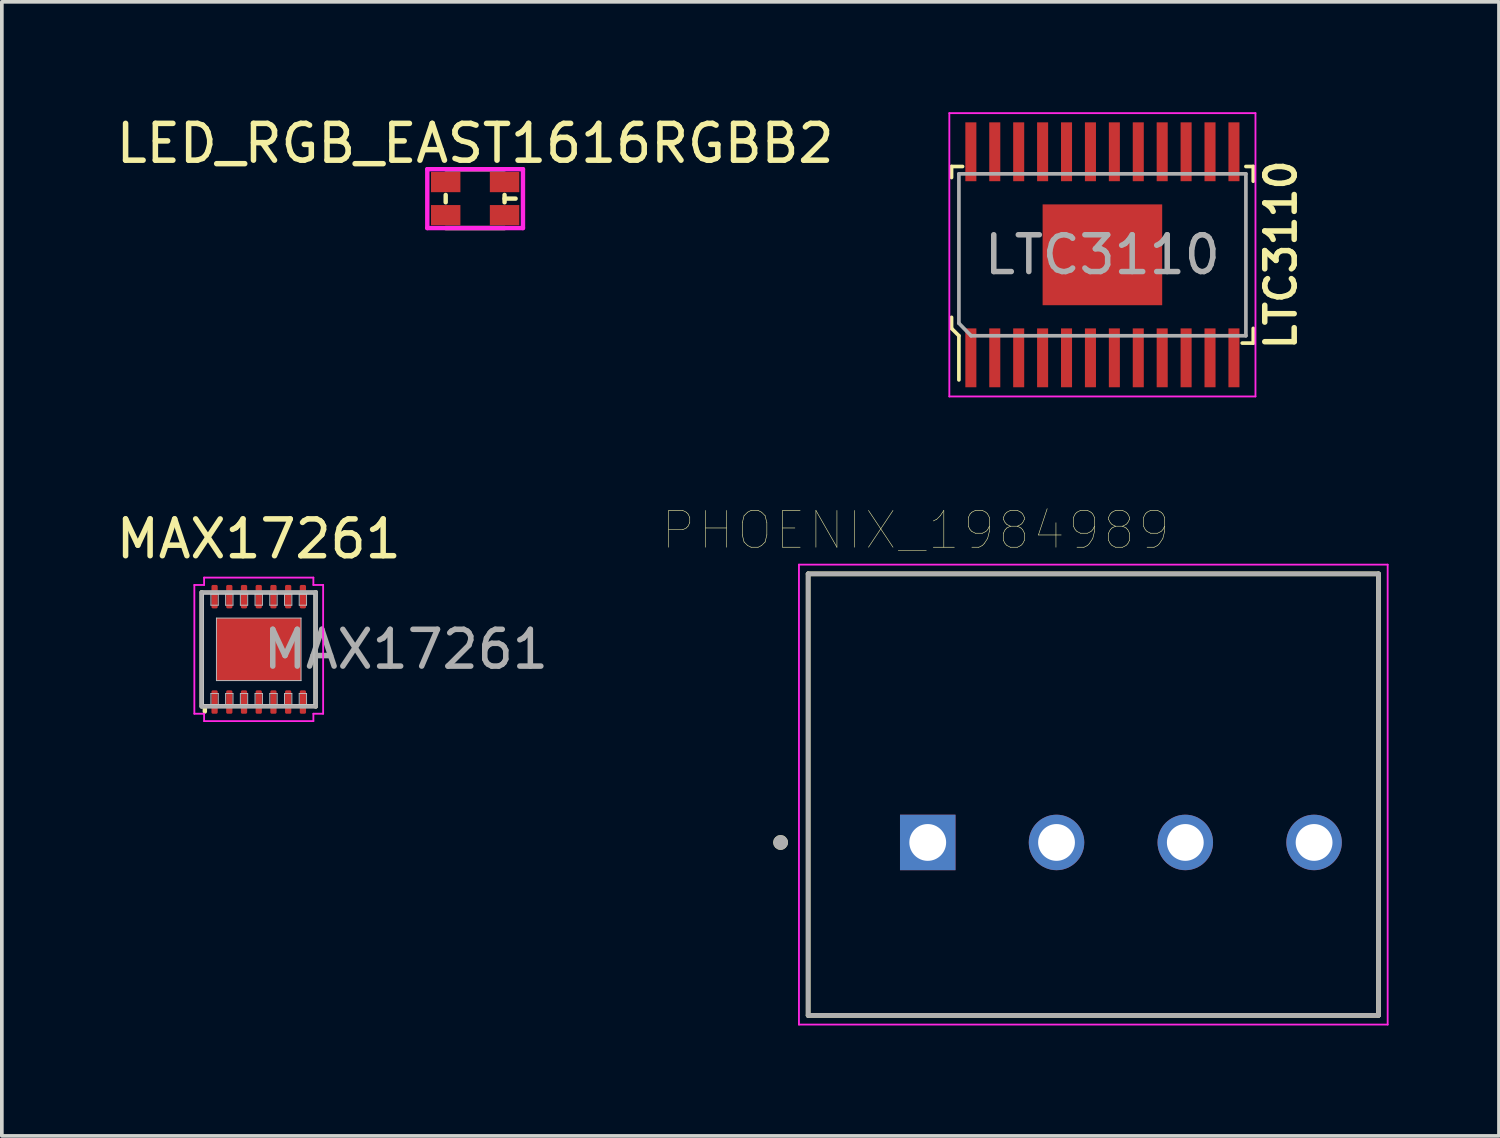
<source format=kicad_pcb>
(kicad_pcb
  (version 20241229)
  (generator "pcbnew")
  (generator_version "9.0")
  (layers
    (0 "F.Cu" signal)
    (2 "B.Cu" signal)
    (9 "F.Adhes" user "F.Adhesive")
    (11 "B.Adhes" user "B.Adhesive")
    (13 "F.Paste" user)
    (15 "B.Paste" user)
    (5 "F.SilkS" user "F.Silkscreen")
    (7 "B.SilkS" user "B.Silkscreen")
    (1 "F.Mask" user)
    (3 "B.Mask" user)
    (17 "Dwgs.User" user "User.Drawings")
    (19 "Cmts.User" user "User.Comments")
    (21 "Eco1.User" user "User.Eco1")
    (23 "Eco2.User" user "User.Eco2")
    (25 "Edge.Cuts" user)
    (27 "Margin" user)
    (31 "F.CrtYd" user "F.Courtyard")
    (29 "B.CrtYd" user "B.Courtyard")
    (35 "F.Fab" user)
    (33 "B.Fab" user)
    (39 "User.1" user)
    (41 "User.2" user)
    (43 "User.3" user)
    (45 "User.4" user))
  (footprint "MAX17261"
    (layer "F.Cu")
    (at 3.982 14.598)
    (property "Reference" "MAX17261" (at 0 -3 0) (layer "F.SilkS") (effects (font (size 1 1) (thickness 0.15))))
    (attr smd)
    (fp_line (start -1.55 1.55) (end -1.55 -1.55) (stroke (width 0.12) (type solid)) (layer "F.SilkS"))
    (fp_line (start -1.465 1.55) (end -1.465 1.69) (stroke (width 0.12) (type solid)) (layer "F.SilkS"))
    (fp_line (start 1.55 1.55) (end 1.55 -1.55) (stroke (width 0.12) (type solid)) (layer "F.SilkS"))
    (fp_poly (pts (xy -0.13 -0.13) (xy -1.02 -0.13) (xy -1.02 -0.72) (xy -0.13 -0.72)) (stroke (width 0) (type solid)) (fill yes) (layer "F.Paste"))
    (fp_poly (pts (xy -0.13 0.72) (xy -1.02 0.72) (xy -1.02 0.13) (xy -0.13 0.13)) (stroke (width 0) (type solid)) (fill yes) (layer "F.Paste"))
    (fp_poly (pts (xy 1.02 -0.13) (xy 0.13 -0.13) (xy 0.13 -0.72) (xy 1.02 -0.72)) (stroke (width 0) (type solid)) (fill yes) (layer "F.Paste"))
    (fp_poly (pts (xy 1.02 0.72) (xy 0.13 0.72) (xy 0.13 0.13) (xy 1.02 0.13)) (stroke (width 0) (type solid)) (fill yes) (layer "F.Paste"))
    (fp_line (start -1.5 -1.5) (end 1.5 -1.5) (stroke (width 0.025) (type solid)) (layer "Dwgs.User"))
    (fp_line (start -1.5 1.5) (end -1.5 -1.5) (stroke (width 0.025) (type solid)) (layer "Dwgs.User"))
    (fp_line (start -1.3 -1.5) (end -1.1 -1.5) (stroke (width 0.025) (type solid)) (layer "Dwgs.User"))
    (fp_line (start -1.3 -1.2) (end -1.3 -1.5) (stroke (width 0.025) (type solid)) (layer "Dwgs.User"))
    (fp_line (start -1.3 1.2) (end -1.1 1.2) (stroke (width 0.025) (type solid)) (layer "Dwgs.User"))
    (fp_line (start -1.3 1.5) (end -1.3 1.2) (stroke (width 0.025) (type solid)) (layer "Dwgs.User"))
    (fp_line (start -1.15 -0.85) (end 1.15 -0.85) (stroke (width 0.025) (type solid)) (layer "Dwgs.User"))
    (fp_line (start -1.15 0.85) (end -1.15 -0.85) (stroke (width 0.025) (type solid)) (layer "Dwgs.User"))
    (fp_line (start -1.1 -1.5) (end -1.1 -1.2) (stroke (width 0.025) (type solid)) (layer "Dwgs.User"))
    (fp_line (start -1.1 -1.2) (end -1.3 -1.2) (stroke (width 0.025) (type solid)) (layer "Dwgs.User"))
    (fp_line (start -1.1 1.2) (end -1.1 1.5) (stroke (width 0.025) (type solid)) (layer "Dwgs.User"))
    (fp_line (start -1.1 1.5) (end -1.3 1.5) (stroke (width 0.025) (type solid)) (layer "Dwgs.User"))
    (fp_line (start -0.9 -1.5) (end -0.7 -1.5) (stroke (width 0.025) (type solid)) (layer "Dwgs.User"))
    (fp_line (start -0.9 -1.2) (end -0.9 -1.5) (stroke (width 0.025) (type solid)) (layer "Dwgs.User"))
    (fp_line (start -0.9 1.2) (end -0.7 1.2) (stroke (width 0.025) (type solid)) (layer "Dwgs.User"))
    (fp_line (start -0.9 1.5) (end -0.9 1.2) (stroke (width 0.025) (type solid)) (layer "Dwgs.User"))
    (fp_line (start -0.7 -1.5) (end -0.7 -1.2) (stroke (width 0.025) (type solid)) (layer "Dwgs.User"))
    (fp_line (start -0.7 -1.2) (end -0.9 -1.2) (stroke (width 0.025) (type solid)) (layer "Dwgs.User"))
    (fp_line (start -0.7 1.2) (end -0.7 1.5) (stroke (width 0.025) (type solid)) (layer "Dwgs.User"))
    (fp_line (start -0.7 1.5) (end -0.9 1.5) (stroke (width 0.025) (type solid)) (layer "Dwgs.User"))
    (fp_line (start -0.5 -1.5) (end -0.3 -1.5) (stroke (width 0.025) (type solid)) (layer "Dwgs.User"))
    (fp_line (start -0.5 -1.2) (end -0.5 -1.5) (stroke (width 0.025) (type solid)) (layer "Dwgs.User"))
    (fp_line (start -0.5 1.2) (end -0.3 1.2) (stroke (width 0.025) (type solid)) (layer "Dwgs.User"))
    (fp_line (start -0.5 1.5) (end -0.5 1.2) (stroke (width 0.025) (type solid)) (layer "Dwgs.User"))
    (fp_line (start -0.3 -1.5) (end -0.3 -1.2) (stroke (width 0.025) (type solid)) (layer "Dwgs.User"))
    (fp_line (start -0.3 -1.2) (end -0.5 -1.2) (stroke (width 0.025) (type solid)) (layer "Dwgs.User"))
    (fp_line (start -0.3 1.2) (end -0.3 1.5) (stroke (width 0.025) (type solid)) (layer "Dwgs.User"))
    (fp_line (start -0.3 1.5) (end -0.5 1.5) (stroke (width 0.025) (type solid)) (layer "Dwgs.User"))
    (fp_line (start -0.1 -1.5) (end 0.1 -1.5) (stroke (width 0.025) (type solid)) (layer "Dwgs.User"))
    (fp_line (start -0.1 -1.2) (end -0.1 -1.5) (stroke (width 0.025) (type solid)) (layer "Dwgs.User"))
    (fp_line (start -0.1 1.2) (end 0.1 1.2) (stroke (width 0.025) (type solid)) (layer "Dwgs.User"))
    (fp_line (start -0.1 1.5) (end -0.1 1.2) (stroke (width 0.025) (type solid)) (layer "Dwgs.User"))
    (fp_line (start 0.1 -1.5) (end 0.1 -1.2) (stroke (width 0.025) (type solid)) (layer "Dwgs.User"))
    (fp_line (start 0.1 -1.2) (end -0.1 -1.2) (stroke (width 0.025) (type solid)) (layer "Dwgs.User"))
    (fp_line (start 0.1 1.2) (end 0.1 1.5) (stroke (width 0.025) (type solid)) (layer "Dwgs.User"))
    (fp_line (start 0.1 1.5) (end -0.1 1.5) (stroke (width 0.025) (type solid)) (layer "Dwgs.User"))
    (fp_line (start 0.3 -1.5) (end 0.5 -1.5) (stroke (width 0.025) (type solid)) (layer "Dwgs.User"))
    (fp_line (start 0.3 -1.2) (end 0.3 -1.5) (stroke (width 0.025) (type solid)) (layer "Dwgs.User"))
    (fp_line (start 0.3 1.2) (end 0.5 1.2) (stroke (width 0.025) (type solid)) (layer "Dwgs.User"))
    (fp_line (start 0.3 1.5) (end 0.3 1.2) (stroke (width 0.025) (type solid)) (layer "Dwgs.User"))
    (fp_line (start 0.5 -1.5) (end 0.5 -1.2) (stroke (width 0.025) (type solid)) (layer "Dwgs.User"))
    (fp_line (start 0.5 -1.2) (end 0.3 -1.2) (stroke (width 0.025) (type solid)) (layer "Dwgs.User"))
    (fp_line (start 0.5 1.2) (end 0.5 1.5) (stroke (width 0.025) (type solid)) (layer "Dwgs.User"))
    (fp_line (start 0.5 1.5) (end 0.3 1.5) (stroke (width 0.025) (type solid)) (layer "Dwgs.User"))
    (fp_line (start 0.7 -1.5) (end 0.9 -1.5) (stroke (width 0.025) (type solid)) (layer "Dwgs.User"))
    (fp_line (start 0.7 -1.2) (end 0.7 -1.5) (stroke (width 0.025) (type solid)) (layer "Dwgs.User"))
    (fp_line (start 0.7 1.2) (end 0.9 1.2) (stroke (width 0.025) (type solid)) (layer "Dwgs.User"))
    (fp_line (start 0.7 1.5) (end 0.7 1.2) (stroke (width 0.025) (type solid)) (layer "Dwgs.User"))
    (fp_line (start 0.9 -1.5) (end 0.9 -1.2) (stroke (width 0.025) (type solid)) (layer "Dwgs.User"))
    (fp_line (start 0.9 -1.2) (end 0.7 -1.2) (stroke (width 0.025) (type solid)) (layer "Dwgs.User"))
    (fp_line (start 0.9 1.2) (end 0.9 1.5) (stroke (width 0.025) (type solid)) (layer "Dwgs.User"))
    (fp_line (start 0.9 1.5) (end 0.7 1.5) (stroke (width 0.025) (type solid)) (layer "Dwgs.User"))
    (fp_line (start 1.1 -1.5) (end 1.3 -1.5) (stroke (width 0.025) (type solid)) (layer "Dwgs.User"))
    (fp_line (start 1.1 -1.2) (end 1.1 -1.5) (stroke (width 0.025) (type solid)) (layer "Dwgs.User"))
    (fp_line (start 1.1 1.2) (end 1.3 1.2) (stroke (width 0.025) (type solid)) (layer "Dwgs.User"))
    (fp_line (start 1.1 1.5) (end 1.1 1.2) (stroke (width 0.025) (type solid)) (layer "Dwgs.User"))
    (fp_line (start 1.15 -0.85) (end 1.15 0.85) (stroke (width 0.025) (type solid)) (layer "Dwgs.User"))
    (fp_line (start 1.15 0.85) (end -1.15 0.85) (stroke (width 0.025) (type solid)) (layer "Dwgs.User"))
    (fp_line (start 1.3 -1.5) (end 1.3 -1.2) (stroke (width 0.025) (type solid)) (layer "Dwgs.User"))
    (fp_line (start 1.3 -1.2) (end 1.1 -1.2) (stroke (width 0.025) (type solid)) (layer "Dwgs.User"))
    (fp_line (start 1.3 1.2) (end 1.3 1.5) (stroke (width 0.025) (type solid)) (layer "Dwgs.User"))
    (fp_line (start 1.3 1.5) (end 1.1 1.5) (stroke (width 0.025) (type solid)) (layer "Dwgs.User"))
    (fp_line (start 1.5 -1.5) (end 1.5 1.5) (stroke (width 0.025) (type solid)) (layer "Dwgs.User"))
    (fp_line (start 1.5 1.5) (end -1.5 1.5) (stroke (width 0.025) (type solid)) (layer "Dwgs.User"))
    (fp_line (start -1.75 -1.75) (end -1.75 1.75) (stroke (width 0.05) (type solid)) (layer "F.CrtYd"))
    (fp_line (start -1.75 1.75) (end -1.485 1.75) (stroke (width 0.05) (type solid)) (layer "F.CrtYd"))
    (fp_line (start -1.485 -1.95) (end -1.485 -1.75) (stroke (width 0.05) (type solid)) (layer "F.CrtYd"))
    (fp_line (start -1.485 -1.75) (end -1.75 -1.75) (stroke (width 0.05) (type solid)) (layer "F.CrtYd"))
    (fp_line (start -1.485 1.75) (end -1.485 1.95) (stroke (width 0.05) (type solid)) (layer "F.CrtYd"))
    (fp_line (start -1.485 1.95) (end 1.485 1.95) (stroke (width 0.05) (type solid)) (layer "F.CrtYd"))
    (fp_line (start 1.485 -1.95) (end -1.485 -1.95) (stroke (width 0.05) (type solid)) (layer "F.CrtYd"))
    (fp_line (start 1.485 -1.75) (end 1.485 -1.95) (stroke (width 0.05) (type solid)) (layer "F.CrtYd"))
    (fp_line (start 1.485 1.75) (end 1.75 1.75) (stroke (width 0.05) (type solid)) (layer "F.CrtYd"))
    (fp_line (start 1.485 1.95) (end 1.485 1.75) (stroke (width 0.05) (type solid)) (layer "F.CrtYd"))
    (fp_line (start 1.75 -1.75) (end 1.485 -1.75) (stroke (width 0.05) (type solid)) (layer "F.CrtYd"))
    (fp_line (start 1.75 1.75) (end 1.75 -1.75) (stroke (width 0.05) (type solid)) (layer "F.CrtYd"))
    (fp_line (start -1.55 -1.55) (end 1.55 -1.55) (stroke (width 0.12) (type solid)) (layer "F.Fab"))
    (fp_line (start -1.55 1.55) (end -1.55 -1.55) (stroke (width 0.12) (type solid)) (layer "F.Fab"))
    (fp_line (start 1.55 -1.55) (end 1.55 1.55) (stroke (width 0.12) (type solid)) (layer "F.Fab"))
    (fp_line (start 1.55 1.55) (end -1.55 1.55) (stroke (width 0.12) (type solid)) (layer "F.Fab"))
    (fp_text user "${REFERENCE}" (at 4 0 0) (layer "F.Fab") (effects (font (size 1 1) (thickness 0.15))))
    (pad "1" smd roundrect (at -1.2 1.432 90) (size 0.637 0.17) (layers "F.Cu" "F.Mask" "F.Paste") (roundrect_rratio 0.235))
    (pad "2" smd roundrect (at -0.8 1.432 90) (size 0.637 0.17) (layers "F.Cu" "F.Mask" "F.Paste") (roundrect_rratio 0.235))
    (pad "3" smd roundrect (at -0.4 1.432 90) (size 0.637 0.17) (layers "F.Cu" "F.Mask" "F.Paste") (roundrect_rratio 0.235))
    (pad "4" smd roundrect (at 0 1.432 90) (size 0.637 0.17) (layers "F.Cu" "F.Mask" "F.Paste") (roundrect_rratio 0.235))
    (pad "5" smd roundrect (at 0.4 1.432 90) (size 0.637 0.17) (layers "F.Cu" "F.Mask" "F.Paste") (roundrect_rratio 0.235))
    (pad "6" smd roundrect (at 0.8 1.432 90) (size 0.637 0.17) (layers "F.Cu" "F.Mask" "F.Paste") (roundrect_rratio 0.235))
    (pad "7" smd roundrect (at 1.2 1.432 90) (size 0.637 0.17) (layers "F.Cu" "F.Mask" "F.Paste") (roundrect_rratio 0.235))
    (pad "8" smd roundrect (at 1.2 -1.432 90) (size 0.637 0.17) (layers "F.Cu" "F.Mask" "F.Paste") (roundrect_rratio 0.235))
    (pad "9" smd roundrect (at 0.8 -1.432 90) (size 0.637 0.17) (layers "F.Cu" "F.Mask" "F.Paste") (roundrect_rratio 0.235))
    (pad "10" smd roundrect (at 0.4 -1.432 90) (size 0.637 0.17) (layers "F.Cu" "F.Mask" "F.Paste") (roundrect_rratio 0.235))
    (pad "11" smd roundrect (at 0 -1.432 90) (size 0.637 0.17) (layers "F.Cu" "F.Mask" "F.Paste") (roundrect_rratio 0.235))
    (pad "12" smd roundrect (at -0.4 -1.432 90) (size 0.637 0.17) (layers "F.Cu" "F.Mask" "F.Paste") (roundrect_rratio 0.235))
    (pad "13" smd roundrect (at -0.8 -1.432 90) (size 0.637 0.17) (layers "F.Cu" "F.Mask" "F.Paste") (roundrect_rratio 0.235))
    (pad "14" smd roundrect (at -1.2 -1.432 90) (size 0.637 0.17) (layers "F.Cu" "F.Mask" "F.Paste") (roundrect_rratio 0.235))
    (pad "15" smd rect (at 0 0 90) (size 1.7 2.3) (layers "F.Cu" "F.Mask")))
  (footprint "PHOENIX_1984989"
    (layer "F.Cu")
    (at 26.664 18.546)
    (property "Reference" "PHOENIX_1984989" (at -4.825 -7.185 0) (layer "F.SilkS") (effects (font (size 1 1) (thickness 0.015))))
    (attr through_hole)
    (fp_line (start -7.75 -6) (end 7.75 -6) (stroke (width 0.127) (type solid)) (layer "F.SilkS"))
    (fp_line (start -7.75 6) (end -7.75 -6) (stroke (width 0.127) (type solid)) (layer "F.SilkS"))
    (fp_line (start 7.75 -6) (end 7.75 6) (stroke (width 0.127) (type solid)) (layer "F.SilkS"))
    (fp_line (start 7.75 6) (end -7.75 6) (stroke (width 0.127) (type solid)) (layer "F.SilkS"))
    (fp_circle (center -8.5 1.3) (end -8.4 1.3) (stroke (width 0.2) (type solid)) (fill no) (layer "F.SilkS"))
    (fp_line (start -8 -6.25) (end 8 -6.25) (stroke (width 0.05) (type solid)) (layer "F.CrtYd"))
    (fp_line (start -8 6.25) (end -8 -6.25) (stroke (width 0.05) (type solid)) (layer "F.CrtYd"))
    (fp_line (start 8 -6.25) (end 8 6.25) (stroke (width 0.05) (type solid)) (layer "F.CrtYd"))
    (fp_line (start 8 6.25) (end -8 6.25) (stroke (width 0.05) (type solid)) (layer "F.CrtYd"))
    (fp_line (start -7.75 -6) (end -7.75 6) (stroke (width 0.127) (type solid)) (layer "F.Fab"))
    (fp_line (start -7.75 6) (end 7.75 6) (stroke (width 0.127) (type solid)) (layer "F.Fab"))
    (fp_line (start 7.75 -6) (end -7.75 -6) (stroke (width 0.127) (type solid)) (layer "F.Fab"))
    (fp_line (start 7.75 6) (end 7.75 -6) (stroke (width 0.127) (type solid)) (layer "F.Fab"))
    (fp_circle (center -8.5 1.3) (end -8.4 1.3) (stroke (width 0.2) (type solid)) (fill no) (layer "F.Fab"))
    (pad "1" thru_hole rect (at -4.5 1.3) (size 1.508 1.508) (drill 1) (layers "*.Cu" "*.Mask"))
    (pad "2" thru_hole circle (at -1 1.3) (size 1.508 1.508) (drill 1) (layers "*.Cu" "*.Mask"))
    (pad "3" thru_hole circle (at 2.5 1.3) (size 1.508 1.508) (drill 1) (layers "*.Cu" "*.Mask"))
    (pad "4" thru_hole circle (at 6 1.3) (size 1.508 1.508) (drill 1) (layers "*.Cu" "*.Mask")))
  (footprint "LTC3110"
    (layer "F.Cu")
    (at 26.911 3.875)
    (property "Reference" "LTC3110" (at 4.85 0 270) (layer "F.SilkS") (effects (font (size 0.8 0.8) (thickness 0.15))))
    (attr smd)
    (fp_line (start -4.1 -2.4) (end -4.1 -2.1) (stroke (width 0.1) (type solid)) (layer "F.SilkS"))
    (fp_line (start -4.1 1.7) (end -4.1 2) (stroke (width 0.1) (type solid)) (layer "F.SilkS"))
    (fp_line (start -4.1 2) (end -3.9 2.2) (stroke (width 0.1) (type solid)) (layer "F.SilkS"))
    (fp_line (start -3.9 2.2) (end -3.9 3.4) (stroke (width 0.1) (type solid)) (layer "F.SilkS"))
    (fp_line (start -3.8 -2.4) (end -4.1 -2.4) (stroke (width 0.1) (type solid)) (layer "F.SilkS"))
    (fp_line (start 3.8 2.4) (end 4.1 2.4) (stroke (width 0.1) (type solid)) (layer "F.SilkS"))
    (fp_line (start 3.9 -2.4) (end 4.1 -2.4) (stroke (width 0.1) (type solid)) (layer "F.SilkS"))
    (fp_line (start 4.1 -2.4) (end 4.1 -2) (stroke (width 0.1) (type solid)) (layer "F.SilkS"))
    (fp_line (start 4.1 2.4) (end 4.1 2) (stroke (width 0.1) (type solid)) (layer "F.SilkS"))
    (fp_line (start -4.16 3.85) (end -4.16 -3.85) (stroke (width 0.05) (type solid)) (layer "F.CrtYd"))
    (fp_line (start 4.16 -3.85) (end -4.16 -3.85) (stroke (width 0.05) (type solid)) (layer "F.CrtYd"))
    (fp_line (start 4.16 -3.85) (end 4.16 3.85) (stroke (width 0.05) (type solid)) (layer "F.CrtYd"))
    (fp_line (start 4.16 3.85) (end -4.16 3.85) (stroke (width 0.05) (type solid)) (layer "F.CrtYd"))
    (fp_line (start -3.9 -2.2) (end -3.9 1.86) (stroke (width 0.1) (type solid)) (layer "F.Fab"))
    (fp_line (start -3.9 -2.2) (end 3.9 -2.2) (stroke (width 0.1) (type solid)) (layer "F.Fab"))
    (fp_line (start -3.9 1.86) (end -3.57 2.2) (stroke (width 0.1) (type solid)) (layer "F.Fab"))
    (fp_line (start -3.57 2.2) (end 3.9 2.2) (stroke (width 0.1) (type solid)) (layer "F.Fab"))
    (fp_line (start 3.9 -2.2) (end 3.9 2.2) (stroke (width 0.1) (type solid)) (layer "F.Fab"))
    (fp_text user "${REFERENCE}" (at 0 0 0) (layer "F.Fab") (effects (font (size 1 1) (thickness 0.15))))
    (pad "1" smd rect (at -3.575 2.8) (size 0.3 1.6) (layers "F.Cu" "F.Mask" "F.Paste"))
    (pad "2" smd rect (at -2.925 2.8) (size 0.3 1.6) (layers "F.Cu" "F.Mask" "F.Paste"))
    (pad "3" smd rect (at -2.275 2.8) (size 0.3 1.6) (layers "F.Cu" "F.Mask" "F.Paste"))
    (pad "4" smd rect (at -1.625 2.8) (size 0.3 1.6) (layers "F.Cu" "F.Mask" "F.Paste"))
    (pad "5" smd rect (at -0.975 2.8) (size 0.3 1.6) (layers "F.Cu" "F.Mask" "F.Paste"))
    (pad "6" smd rect (at -0.325 2.8) (size 0.3 1.6) (layers "F.Cu" "F.Mask" "F.Paste"))
    (pad "7" smd rect (at 0.325 2.8) (size 0.3 1.6) (layers "F.Cu" "F.Mask" "F.Paste"))
    (pad "8" smd rect (at 0.975 2.8) (size 0.3 1.6) (layers "F.Cu" "F.Mask" "F.Paste"))
    (pad "9" smd rect (at 1.625 2.8) (size 0.3 1.6) (layers "F.Cu" "F.Mask" "F.Paste"))
    (pad "10" smd rect (at 2.275 2.8) (size 0.3 1.6) (layers "F.Cu" "F.Mask" "F.Paste"))
    (pad "11" smd rect (at 2.925 2.8) (size 0.3 1.6) (layers "F.Cu" "F.Mask" "F.Paste"))
    (pad "12" smd rect (at 3.575 2.8) (size 0.3 1.6) (layers "F.Cu" "F.Mask" "F.Paste"))
    (pad "13" smd rect (at 3.575 -2.8) (size 0.3 1.6) (layers "F.Cu" "F.Mask" "F.Paste"))
    (pad "14" smd rect (at 2.925 -2.8) (size 0.3 1.6) (layers "F.Cu" "F.Mask" "F.Paste"))
    (pad "15" smd rect (at 2.275 -2.8) (size 0.3 1.6) (layers "F.Cu" "F.Mask" "F.Paste"))
    (pad "16" smd rect (at 1.625 -2.8) (size 0.3 1.6) (layers "F.Cu" "F.Mask" "F.Paste"))
    (pad "17" smd rect (at 0.975 -2.8) (size 0.3 1.6) (layers "F.Cu" "F.Mask" "F.Paste"))
    (pad "18" smd rect (at 0.325 -2.8) (size 0.3 1.6) (layers "F.Cu" "F.Mask" "F.Paste"))
    (pad "19" smd rect (at -0.325 -2.8) (size 0.3 1.6) (layers "F.Cu" "F.Mask" "F.Paste"))
    (pad "20" smd rect (at -0.975 -2.8) (size 0.3 1.6) (layers "F.Cu" "F.Mask" "F.Paste"))
    (pad "21" smd rect (at -1.625 -2.8) (size 0.3 1.6) (layers "F.Cu" "F.Mask" "F.Paste"))
    (pad "22" smd rect (at -2.275 -2.8) (size 0.3 1.6) (layers "F.Cu" "F.Mask" "F.Paste"))
    (pad "23" smd rect (at -2.925 -2.8) (size 0.3 1.6) (layers "F.Cu" "F.Mask" "F.Paste"))
    (pad "24" smd rect (at -3.575 -2.8) (size 0.3 1.6) (layers "F.Cu" "F.Mask" "F.Paste"))
    (pad "25" smd rect (at 0 0) (size 3.25 2.74) (layers "F.Cu" "F.Mask" "F.Paste")))
  (footprint "LED_RGB_EAST1616RGBB2"
    (layer "F.Cu")
    (at 9.863 2.348)
    (property "Reference" "LED_RGB_EAST1616RGBB2" (at 0 -1.5 0) (layer "F.SilkS") (effects (font (size 1 1) (thickness 0.15))))
    (attr through_hole)
    (fp_line (start -0.8 -0.8) (end 0.8 -0.8) (stroke (width 0.12) (type solid)) (layer "F.SilkS"))
    (fp_line (start -0.8 -0.1) (end -0.8 0.1) (stroke (width 0.12) (type solid)) (layer "F.SilkS"))
    (fp_line (start 0.8 -0.1) (end 0.8 0.1) (stroke (width 0.12) (type solid)) (layer "F.SilkS"))
    (fp_line (start 0.8 0) (end 1.1 0) (stroke (width 0.12) (type solid)) (layer "F.SilkS"))
    (fp_line (start 0.8 0.8) (end -0.8 0.8) (stroke (width 0.12) (type solid)) (layer "F.SilkS"))
    (fp_line (start -1.3 -0.8) (end -1.3 0.8) (stroke (width 0.12) (type solid)) (layer "F.CrtYd"))
    (fp_line (start -1.3 -0.8) (end 1.3 -0.8) (stroke (width 0.12) (type solid)) (layer "F.CrtYd"))
    (fp_line (start 1.3 0.8) (end -1.3 0.8) (stroke (width 0.12) (type solid)) (layer "F.CrtYd"))
    (fp_line (start 1.3 0.8) (end 1.3 -0.8) (stroke (width 0.12) (type solid)) (layer "F.CrtYd"))
    (pad "1" smd rect (at -0.8 0.45) (size 0.8 0.55) (layers "F.Cu" "F.Mask" "F.Paste"))
    (pad "2" smd rect (at -0.8 -0.45) (size 0.8 0.55) (layers "F.Cu" "F.Mask" "F.Paste"))
    (pad "3" smd rect (at 0.8 -0.45) (size 0.8 0.55) (layers "F.Cu" "F.Mask" "F.Paste"))
    (pad "4" smd rect (at 0.8 0.45) (size 0.8 0.55) (layers "F.Cu" "F.Mask" "F.Paste")))
  (gr_rect
    (start -3 -3)
    (end 37.689 27.821)
    (stroke (width 0.1) (type default))
    (fill no)
    (layer "Edge.Cuts")))
</source>
